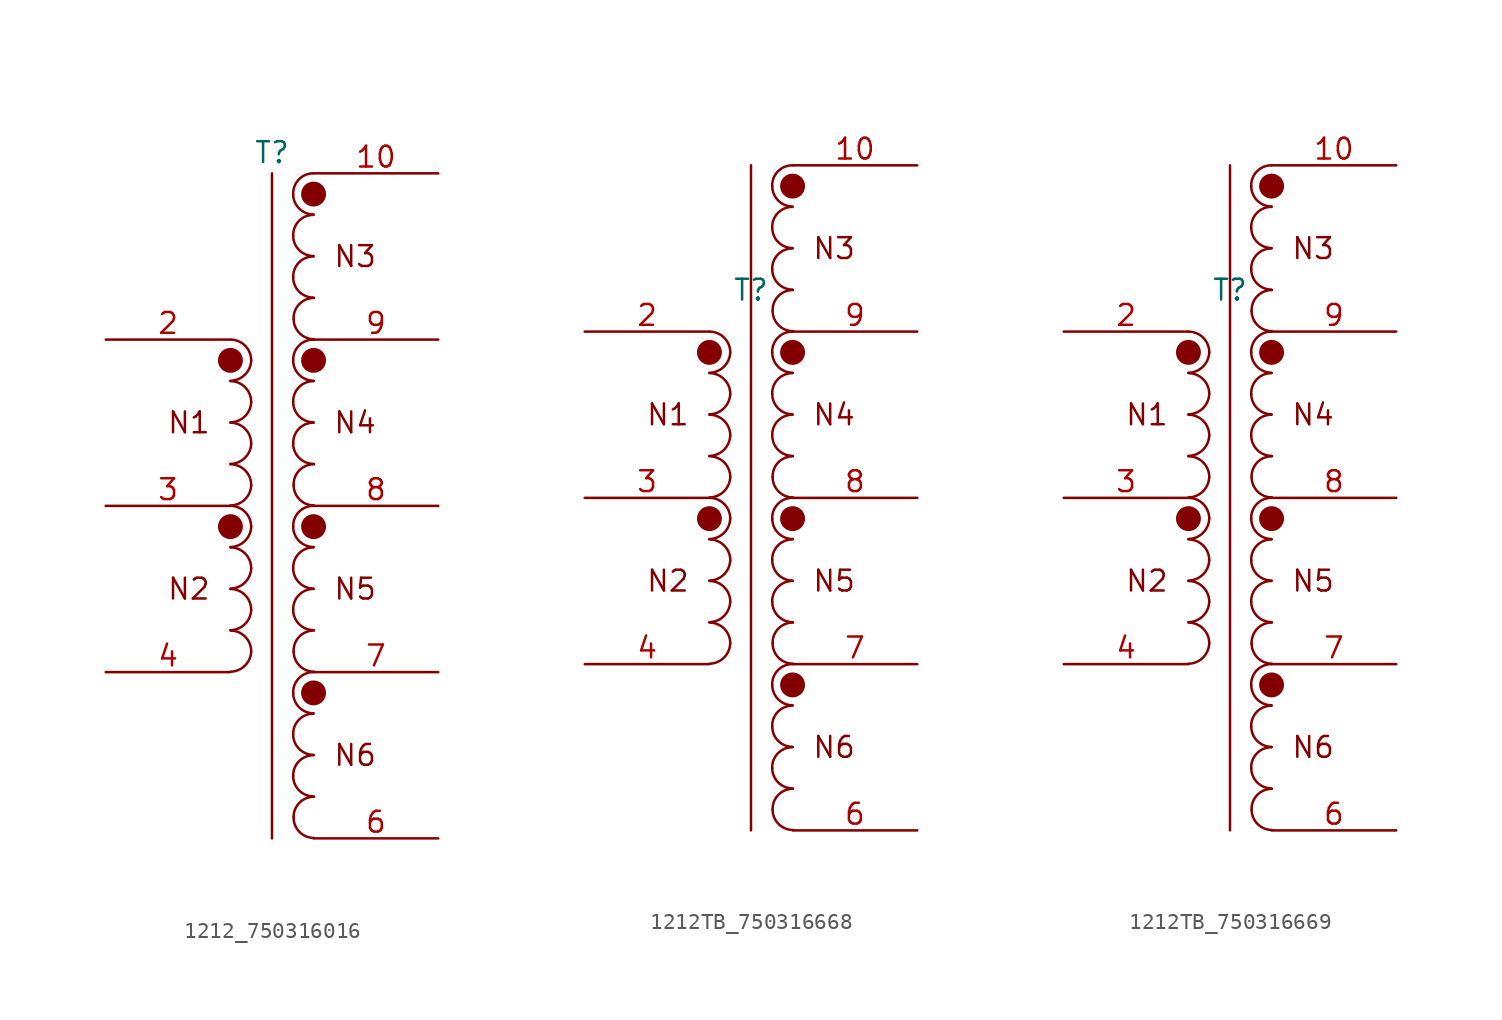
<source format=kicad_sym>
(kicad_symbol_lib
  (version 20220914)
  (generator kicad_symbol_editor)
  (symbol "1212_750316016"
    (pin_names hide)
    (property "Reference" "T"
      (at 0 21.59 0)
      (effects (font (size 1.27 1.27))))
    (symbol "1212_750316016_0_1"
      (arc (start -2.54 -10.1346) (mid -1.6561 -9.7663) (end -1.27 -8.89) (stroke (width 0) (type default)) (fill (type none)))
      (arc (start -2.54 -7.5946) (mid -1.6561 -7.2263) (end -1.27 -6.35) (stroke (width 0) (type default)) (fill (type none)))
      (arc (start -2.54 -5.0546) (mid -1.6561 -4.6863) (end -1.27 -3.81) (stroke (width 0) (type default)) (fill (type none)))
      (arc (start -2.54 -2.5146) (mid -1.6561 -2.1463) (end -1.27 -1.27) (stroke (width 0) (type default)) (fill (type none)))
      (arc (start -2.54 0.0254) (mid -1.6561 0.3937) (end -1.27 1.27) (stroke (width 0) (type default)) (fill (type none)))
      (arc (start -2.54 2.5654) (mid -1.6561 2.9337) (end -1.27 3.81) (stroke (width 0) (type default)) (fill (type none)))
      (arc (start -2.54 5.1054) (mid -1.6561 5.4737) (end -1.27 6.35) (stroke (width 0) (type default)) (fill (type none)))
      (arc (start -2.54 7.6454) (mid -1.6561 8.0137) (end -1.27 8.89) (stroke (width 0) (type default)) (fill (type none)))
      (arc (start -1.27 -8.89) (mid -1.642 -7.992) (end -2.54 -7.62) (stroke (width 0) (type default)) (fill (type none)))
      (arc (start -1.27 -6.35) (mid -1.642 -5.452) (end -2.54 -5.08) (stroke (width 0) (type default)) (fill (type none)))
      (arc (start -1.27 -3.81) (mid -1.642 -2.912) (end -2.54 -2.54) (stroke (width 0) (type default)) (fill (type none)))
      (arc (start -1.27 -1.27) (mid -1.642 -0.372) (end -2.54 0) (stroke (width 0) (type default)) (fill (type none)))
      (arc (start -1.27 1.27) (mid -1.642 2.168) (end -2.54 2.54) (stroke (width 0) (type default)) (fill (type none)))
      (arc (start -1.27 3.81) (mid -1.642 4.708) (end -2.54 5.08) (stroke (width 0) (type default)) (fill (type none)))
      (arc (start -1.27 6.35) (mid -1.642 7.248) (end -2.54 7.62) (stroke (width 0) (type default)) (fill (type none)))
      (arc (start -1.27 8.89) (mid -1.642 9.788) (end -2.54 10.16) (stroke (width 0) (type default)) (fill (type none)))
      (polyline (pts (xy 0 20.32) (xy 0 -20.32)) (stroke (width 0) (type default)) (fill (type none)))
      (arc (start 1.2954 -16.51) (mid 1.6599 -17.3901) (end 2.54 -17.7546) (stroke (width 0) (type default)) (fill (type none)))
      (arc (start 1.2954 -13.97) (mid 1.6599 -14.8501) (end 2.54 -15.2146) (stroke (width 0) (type default)) (fill (type none)))
      (arc (start 1.2954 -11.43) (mid 1.6599 -12.3101) (end 2.54 -12.6746) (stroke (width 0) (type default)) (fill (type none)))
      (arc (start 1.2954 -6.35) (mid 1.6599 -7.2301) (end 2.54 -7.5946) (stroke (width 0) (type default)) (fill (type none)))
      (arc (start 1.2954 -3.81) (mid 1.6599 -4.6901) (end 2.54 -5.0546) (stroke (width 0) (type default)) (fill (type none)))
      (arc (start 1.2954 -1.27) (mid 1.6599 -2.1501) (end 2.54 -2.5146) (stroke (width 0) (type default)) (fill (type none)))
      (arc (start 1.2954 3.81) (mid 1.6599 2.9299) (end 2.54 2.5654) (stroke (width 0) (type default)) (fill (type none)))
      (arc (start 1.2954 6.35) (mid 1.6599 5.4699) (end 2.54 5.1054) (stroke (width 0) (type default)) (fill (type none)))
      (arc (start 1.2954 8.89) (mid 1.6599 8.0099) (end 2.54 7.6454) (stroke (width 0) (type default)) (fill (type none)))
      (arc (start 1.2954 13.97) (mid 1.6599 13.0899) (end 2.54 12.7254) (stroke (width 0) (type default)) (fill (type none)))
      (arc (start 1.2954 16.51) (mid 1.6599 15.6299) (end 2.54 15.2654) (stroke (width 0) (type default)) (fill (type none)))
      (arc (start 1.2954 19.05) (mid 1.6599 18.1699) (end 2.54 17.8054) (stroke (width 0) (type default)) (fill (type none)))
      (arc (start 1.3208 -19.05) (mid 1.6855 -19.9299) (end 2.5654 -20.2946) (stroke (width 0) (type default)) (fill (type none)))
      (arc (start 1.3208 -8.89) (mid 1.6855 -9.7699) (end 2.5654 -10.1346) (stroke (width 0) (type default)) (fill (type none)))
      (arc (start 1.3208 1.27) (mid 1.6854 0.3901) (end 2.5654 0.0254) (stroke (width 0) (type default)) (fill (type none)))
      (arc (start 1.3208 11.43) (mid 1.6855 10.5501) (end 2.5654 10.1854) (stroke (width 0) (type default)) (fill (type none)))
      (arc (start 2.54 -15.24) (mid 1.6458 -15.6085) (end 1.2954 -16.51) (stroke (width 0) (type default)) (fill (type none)))
      (arc (start 2.54 -12.7) (mid 1.6458 -13.0685) (end 1.2954 -13.97) (stroke (width 0) (type default)) (fill (type none)))
      (arc (start 2.54 -10.16) (mid 1.6458 -10.5285) (end 1.2954 -11.43) (stroke (width 0) (type default)) (fill (type none)))
      (arc (start 2.54 -5.08) (mid 1.6458 -5.4485) (end 1.2954 -6.35) (stroke (width 0) (type default)) (fill (type none)))
      (arc (start 2.54 -2.54) (mid 1.6458 -2.9085) (end 1.2954 -3.81) (stroke (width 0) (type default)) (fill (type none)))
      (arc (start 2.54 0) (mid 1.6458 -0.3685) (end 1.2954 -1.27) (stroke (width 0) (type default)) (fill (type none)))
      (arc (start 2.54 5.08) (mid 1.6458 4.7115) (end 1.2954 3.81) (stroke (width 0) (type default)) (fill (type none)))
      (arc (start 2.54 7.62) (mid 1.6458 7.2515) (end 1.2954 6.35) (stroke (width 0) (type default)) (fill (type none)))
      (arc (start 2.54 10.16) (mid 1.6458 9.7915) (end 1.2954 8.89) (stroke (width 0) (type default)) (fill (type none)))
      (arc (start 2.54 15.24) (mid 1.6458 14.8715) (end 1.2954 13.97) (stroke (width 0) (type default)) (fill (type none)))
      (arc (start 2.54 17.78) (mid 1.6458 17.4115) (end 1.2954 16.51) (stroke (width 0) (type default)) (fill (type none)))
      (arc (start 2.54 20.32) (mid 1.6458 19.9515) (end 1.2954 19.05) (stroke (width 0) (type default)) (fill (type none)))
      (arc (start 2.5654 -17.78) (mid 1.6709 -18.1483) (end 1.3208 -19.05) (stroke (width 0) (type default)) (fill (type none)))
      (arc (start 2.5654 -7.62) (mid 1.6709 -7.9883) (end 1.3208 -8.89) (stroke (width 0) (type default)) (fill (type none)))
      (arc (start 2.5654 2.54) (mid 1.6709 2.1717) (end 1.3208 1.27) (stroke (width 0) (type default)) (fill (type none)))
      (arc (start 2.5654 12.7) (mid 1.6709 12.3317) (end 1.3208 11.43) (stroke (width 0) (type default)) (fill (type none))))
    (symbol "1212_750316016_1_1"
      (circle (center -2.54 -1.27) (radius 0.0001) (stroke (width 0.762) (type default)) (fill (type none)))
      (circle (center -2.54 8.89) (radius 0.0001) (stroke (width 0.762) (type default)) (fill (type none)))
      (circle (center 2.54 -11.43) (radius 0.0001) (stroke (width 0.762) (type default)) (fill (type none)))
      (circle (center 2.54 -1.27) (radius 0.0001) (stroke (width 0.762) (type default)) (fill (type none)))
      (circle (center 2.54 8.89) (radius 0.0001) (stroke (width 0.762) (type default)) (fill (type none)))
      (circle (center 2.54 19.05) (radius 0.0001) (stroke (width 0.762) (type default)) (fill (type none)))
      (text "N1" (at -5.08 5.08 0) (effects (font (size 1.27 1.27))))
      (text "N2" (at -5.08 -5.08 0) (effects (font (size 1.27 1.27))))
      (text "N3" (at 5.08 15.24 0) (effects (font (size 1.27 1.27))))
      (text "N4" (at 5.08 5.08 0) (effects (font (size 1.27 1.27))))
      (text "N5" (at 5.08 -5.08 0) (effects (font (size 1.27 1.27))))
      (text "N6" (at 5.08 -15.24 0) (effects (font (size 1.27 1.27))))
      (pin passive line (at 10.16 20.32 180) (length 7.62) (name "10" (effects (font (size 1.27 1.27)))) (number "10" (effects (font (size 1.27 1.27)))))
      (pin passive line (at -10.16 10.16 0) (length 7.62) (name "2" (effects (font (size 1.27 1.27)))) (number "2" (effects (font (size 1.27 1.27)))))
      (pin passive line (at -10.16 0 0) (length 7.62) (name "3" (effects (font (size 1.27 1.27)))) (number "3" (effects (font (size 1.27 1.27)))))
      (pin passive line (at -10.16 -10.16 0) (length 7.62) (name "4" (effects (font (size 1.27 1.27)))) (number "4" (effects (font (size 1.27 1.27)))))
      (pin passive line (at 10.16 -20.32 180) (length 7.62) (name "6" (effects (font (size 1.27 1.27)))) (number "6" (effects (font (size 1.27 1.27)))))
      (pin passive line (at 10.16 -10.16 180) (length 7.62) (name "7" (effects (font (size 1.27 1.27)))) (number "7" (effects (font (size 1.27 1.27)))))
      (pin passive line (at 10.16 0 180) (length 7.62) (name "8" (effects (font (size 1.27 1.27)))) (number "8" (effects (font (size 1.27 1.27)))))
      (pin passive line (at 10.16 10.16 180) (length 7.62) (name "9" (effects (font (size 1.27 1.27)))) (number "9" (effects (font (size 1.27 1.27)))))))
  (symbol "1212TB_750316668"
    (pin_names hide)
    (property "Reference" "T"
      (at 0 12.7 0)
      (effects (font (size 1.27 1.27))))
    (symbol "1212TB_750316668_0_1"
      (arc (start -2.54 -10.1346) (mid -1.6561 -9.7663) (end -1.27 -8.89) (stroke (width 0) (type default)) (fill (type none)))
      (arc (start -2.54 -7.5946) (mid -1.6561 -7.2263) (end -1.27 -6.35) (stroke (width 0) (type default)) (fill (type none)))
      (arc (start -2.54 -5.0546) (mid -1.6561 -4.6863) (end -1.27 -3.81) (stroke (width 0) (type default)) (fill (type none)))
      (arc (start -2.54 -2.5146) (mid -1.6561 -2.1463) (end -1.27 -1.27) (stroke (width 0) (type default)) (fill (type none)))
      (arc (start -2.54 0.0254) (mid -1.6561 0.3937) (end -1.27 1.27) (stroke (width 0) (type default)) (fill (type none)))
      (arc (start -2.54 2.5654) (mid -1.6561 2.9337) (end -1.27 3.81) (stroke (width 0) (type default)) (fill (type none)))
      (arc (start -2.54 5.1054) (mid -1.6561 5.4737) (end -1.27 6.35) (stroke (width 0) (type default)) (fill (type none)))
      (arc (start -2.54 7.6454) (mid -1.6561 8.0137) (end -1.27 8.89) (stroke (width 0) (type default)) (fill (type none)))
      (arc (start -1.27 -8.89) (mid -1.642 -7.992) (end -2.54 -7.62) (stroke (width 0) (type default)) (fill (type none)))
      (arc (start -1.27 -6.35) (mid -1.642 -5.452) (end -2.54 -5.08) (stroke (width 0) (type default)) (fill (type none)))
      (arc (start -1.27 -3.81) (mid -1.642 -2.912) (end -2.54 -2.54) (stroke (width 0) (type default)) (fill (type none)))
      (arc (start -1.27 -1.27) (mid -1.642 -0.372) (end -2.54 0) (stroke (width 0) (type default)) (fill (type none)))
      (arc (start -1.27 1.27) (mid -1.642 2.168) (end -2.54 2.54) (stroke (width 0) (type default)) (fill (type none)))
      (arc (start -1.27 3.81) (mid -1.642 4.708) (end -2.54 5.08) (stroke (width 0) (type default)) (fill (type none)))
      (arc (start -1.27 6.35) (mid -1.642 7.248) (end -2.54 7.62) (stroke (width 0) (type default)) (fill (type none)))
      (arc (start -1.27 8.89) (mid -1.642 9.788) (end -2.54 10.16) (stroke (width 0) (type default)) (fill (type none)))
      (polyline (pts (xy 0 20.32) (xy 0 -20.32)) (stroke (width 0) (type default)) (fill (type none)))
      (arc (start 1.2954 -16.51) (mid 1.6599 -17.3901) (end 2.54 -17.7546) (stroke (width 0) (type default)) (fill (type none)))
      (arc (start 1.2954 -13.97) (mid 1.6599 -14.8501) (end 2.54 -15.2146) (stroke (width 0) (type default)) (fill (type none)))
      (arc (start 1.2954 -11.43) (mid 1.6599 -12.3101) (end 2.54 -12.6746) (stroke (width 0) (type default)) (fill (type none)))
      (arc (start 1.2954 -6.35) (mid 1.6599 -7.2301) (end 2.54 -7.5946) (stroke (width 0) (type default)) (fill (type none)))
      (arc (start 1.2954 -3.81) (mid 1.6599 -4.6901) (end 2.54 -5.0546) (stroke (width 0) (type default)) (fill (type none)))
      (arc (start 1.2954 -1.27) (mid 1.6599 -2.1501) (end 2.54 -2.5146) (stroke (width 0) (type default)) (fill (type none)))
      (arc (start 1.2954 3.81) (mid 1.6599 2.9299) (end 2.54 2.5654) (stroke (width 0) (type default)) (fill (type none)))
      (arc (start 1.2954 6.35) (mid 1.6599 5.4699) (end 2.54 5.1054) (stroke (width 0) (type default)) (fill (type none)))
      (arc (start 1.2954 8.89) (mid 1.6599 8.0099) (end 2.54 7.6454) (stroke (width 0) (type default)) (fill (type none)))
      (arc (start 1.2954 13.97) (mid 1.6599 13.0899) (end 2.54 12.7254) (stroke (width 0) (type default)) (fill (type none)))
      (arc (start 1.2954 16.51) (mid 1.6599 15.6299) (end 2.54 15.2654) (stroke (width 0) (type default)) (fill (type none)))
      (arc (start 1.2954 19.05) (mid 1.6599 18.1699) (end 2.54 17.8054) (stroke (width 0) (type default)) (fill (type none)))
      (arc (start 1.3208 -19.05) (mid 1.6855 -19.9299) (end 2.5654 -20.2946) (stroke (width 0) (type default)) (fill (type none)))
      (arc (start 1.3208 -8.89) (mid 1.6855 -9.7699) (end 2.5654 -10.1346) (stroke (width 0) (type default)) (fill (type none)))
      (arc (start 1.3208 1.27) (mid 1.6854 0.3901) (end 2.5654 0.0254) (stroke (width 0) (type default)) (fill (type none)))
      (arc (start 1.3208 11.43) (mid 1.6855 10.5501) (end 2.5654 10.1854) (stroke (width 0) (type default)) (fill (type none)))
      (arc (start 2.54 -15.24) (mid 1.6458 -15.6085) (end 1.2954 -16.51) (stroke (width 0) (type default)) (fill (type none)))
      (arc (start 2.54 -12.7) (mid 1.6458 -13.0685) (end 1.2954 -13.97) (stroke (width 0) (type default)) (fill (type none)))
      (arc (start 2.54 -10.16) (mid 1.6458 -10.5285) (end 1.2954 -11.43) (stroke (width 0) (type default)) (fill (type none)))
      (arc (start 2.54 -5.08) (mid 1.6458 -5.4485) (end 1.2954 -6.35) (stroke (width 0) (type default)) (fill (type none)))
      (arc (start 2.54 -2.54) (mid 1.6458 -2.9085) (end 1.2954 -3.81) (stroke (width 0) (type default)) (fill (type none)))
      (arc (start 2.54 0) (mid 1.6458 -0.3685) (end 1.2954 -1.27) (stroke (width 0) (type default)) (fill (type none)))
      (arc (start 2.54 5.08) (mid 1.6458 4.7115) (end 1.2954 3.81) (stroke (width 0) (type default)) (fill (type none)))
      (arc (start 2.54 7.62) (mid 1.6458 7.2515) (end 1.2954 6.35) (stroke (width 0) (type default)) (fill (type none)))
      (arc (start 2.54 10.16) (mid 1.6458 9.7915) (end 1.2954 8.89) (stroke (width 0) (type default)) (fill (type none)))
      (arc (start 2.54 15.24) (mid 1.6458 14.8715) (end 1.2954 13.97) (stroke (width 0) (type default)) (fill (type none)))
      (arc (start 2.54 17.78) (mid 1.6458 17.4115) (end 1.2954 16.51) (stroke (width 0) (type default)) (fill (type none)))
      (arc (start 2.54 20.32) (mid 1.6458 19.9515) (end 1.2954 19.05) (stroke (width 0) (type default)) (fill (type none)))
      (arc (start 2.5654 -17.78) (mid 1.6709 -18.1483) (end 1.3208 -19.05) (stroke (width 0) (type default)) (fill (type none)))
      (arc (start 2.5654 -7.62) (mid 1.6709 -7.9883) (end 1.3208 -8.89) (stroke (width 0) (type default)) (fill (type none)))
      (arc (start 2.5654 2.54) (mid 1.6709 2.1717) (end 1.3208 1.27) (stroke (width 0) (type default)) (fill (type none)))
      (arc (start 2.5654 12.7) (mid 1.6709 12.3317) (end 1.3208 11.43) (stroke (width 0) (type default)) (fill (type none))))
    (symbol "1212TB_750316668_1_1"
      (circle (center -2.54 -1.27) (radius 0.0001) (stroke (width 0.762) (type default)) (fill (type none)))
      (circle (center -2.54 8.89) (radius 0.0001) (stroke (width 0.762) (type default)) (fill (type none)))
      (circle (center 2.54 -11.43) (radius 0.0001) (stroke (width 0.762) (type default)) (fill (type none)))
      (circle (center 2.54 -1.27) (radius 0.0001) (stroke (width 0.762) (type default)) (fill (type none)))
      (circle (center 2.54 8.89) (radius 0.0001) (stroke (width 0.762) (type default)) (fill (type none)))
      (circle (center 2.54 19.05) (radius 0.0001) (stroke (width 0.762) (type default)) (fill (type none)))
      (text "N1" (at -5.08 5.08 0) (effects (font (size 1.27 1.27))))
      (text "N2" (at -5.08 -5.08 0) (effects (font (size 1.27 1.27))))
      (text "N3" (at 5.08 15.24 0) (effects (font (size 1.27 1.27))))
      (text "N4" (at 5.08 5.08 0) (effects (font (size 1.27 1.27))))
      (text "N5" (at 5.08 -5.08 0) (effects (font (size 1.27 1.27))))
      (text "N6" (at 5.08 -15.24 0) (effects (font (size 1.27 1.27))))
      (pin passive line (at 10.16 20.32 180) (length 7.62) (name "10" (effects (font (size 1.27 1.27)))) (number "10" (effects (font (size 1.27 1.27)))))
      (pin passive line (at -10.16 10.16 0) (length 7.62) (name "2" (effects (font (size 1.27 1.27)))) (number "2" (effects (font (size 1.27 1.27)))))
      (pin passive line (at -10.16 0 0) (length 7.62) (name "3" (effects (font (size 1.27 1.27)))) (number "3" (effects (font (size 1.27 1.27)))))
      (pin passive line (at -10.16 -10.16 0) (length 7.62) (name "4" (effects (font (size 1.27 1.27)))) (number "4" (effects (font (size 1.27 1.27)))))
      (pin passive line (at 10.16 -20.32 180) (length 7.62) (name "6" (effects (font (size 1.27 1.27)))) (number "6" (effects (font (size 1.27 1.27)))))
      (pin passive line (at 10.16 -10.16 180) (length 7.62) (name "7" (effects (font (size 1.27 1.27)))) (number "7" (effects (font (size 1.27 1.27)))))
      (pin passive line (at 10.16 0 180) (length 7.62) (name "8" (effects (font (size 1.27 1.27)))) (number "8" (effects (font (size 1.27 1.27)))))
      (pin passive line (at 10.16 10.16 180) (length 7.62) (name "9" (effects (font (size 1.27 1.27)))) (number "9" (effects (font (size 1.27 1.27)))))))
  (symbol "1212TB_750316669"
    (pin_names hide)
    (property "Reference" "T"
      (at 0 12.7 0)
      (effects (font (size 1.27 1.27))))
    (symbol "1212TB_750316669_0_1"
      (arc (start -2.54 -10.1346) (mid -1.6561 -9.7663) (end -1.27 -8.89) (stroke (width 0) (type default)) (fill (type none)))
      (arc (start -2.54 -7.5946) (mid -1.6561 -7.2263) (end -1.27 -6.35) (stroke (width 0) (type default)) (fill (type none)))
      (arc (start -2.54 -5.0546) (mid -1.6561 -4.6863) (end -1.27 -3.81) (stroke (width 0) (type default)) (fill (type none)))
      (arc (start -2.54 -2.5146) (mid -1.6561 -2.1463) (end -1.27 -1.27) (stroke (width 0) (type default)) (fill (type none)))
      (arc (start -2.54 0.0254) (mid -1.6561 0.3937) (end -1.27 1.27) (stroke (width 0) (type default)) (fill (type none)))
      (arc (start -2.54 2.5654) (mid -1.6561 2.9337) (end -1.27 3.81) (stroke (width 0) (type default)) (fill (type none)))
      (arc (start -2.54 5.1054) (mid -1.6561 5.4737) (end -1.27 6.35) (stroke (width 0) (type default)) (fill (type none)))
      (arc (start -2.54 7.6454) (mid -1.6561 8.0137) (end -1.27 8.89) (stroke (width 0) (type default)) (fill (type none)))
      (arc (start -1.27 -8.89) (mid -1.642 -7.992) (end -2.54 -7.62) (stroke (width 0) (type default)) (fill (type none)))
      (arc (start -1.27 -6.35) (mid -1.642 -5.452) (end -2.54 -5.08) (stroke (width 0) (type default)) (fill (type none)))
      (arc (start -1.27 -3.81) (mid -1.642 -2.912) (end -2.54 -2.54) (stroke (width 0) (type default)) (fill (type none)))
      (arc (start -1.27 -1.27) (mid -1.642 -0.372) (end -2.54 0) (stroke (width 0) (type default)) (fill (type none)))
      (arc (start -1.27 1.27) (mid -1.642 2.168) (end -2.54 2.54) (stroke (width 0) (type default)) (fill (type none)))
      (arc (start -1.27 3.81) (mid -1.642 4.708) (end -2.54 5.08) (stroke (width 0) (type default)) (fill (type none)))
      (arc (start -1.27 6.35) (mid -1.642 7.248) (end -2.54 7.62) (stroke (width 0) (type default)) (fill (type none)))
      (arc (start -1.27 8.89) (mid -1.642 9.788) (end -2.54 10.16) (stroke (width 0) (type default)) (fill (type none)))
      (polyline (pts (xy 0 20.32) (xy 0 -20.32)) (stroke (width 0) (type default)) (fill (type none)))
      (arc (start 1.2954 -16.51) (mid 1.6599 -17.3901) (end 2.54 -17.7546) (stroke (width 0) (type default)) (fill (type none)))
      (arc (start 1.2954 -13.97) (mid 1.6599 -14.8501) (end 2.54 -15.2146) (stroke (width 0) (type default)) (fill (type none)))
      (arc (start 1.2954 -11.43) (mid 1.6599 -12.3101) (end 2.54 -12.6746) (stroke (width 0) (type default)) (fill (type none)))
      (arc (start 1.2954 -6.35) (mid 1.6599 -7.2301) (end 2.54 -7.5946) (stroke (width 0) (type default)) (fill (type none)))
      (arc (start 1.2954 -3.81) (mid 1.6599 -4.6901) (end 2.54 -5.0546) (stroke (width 0) (type default)) (fill (type none)))
      (arc (start 1.2954 -1.27) (mid 1.6599 -2.1501) (end 2.54 -2.5146) (stroke (width 0) (type default)) (fill (type none)))
      (arc (start 1.2954 3.81) (mid 1.6599 2.9299) (end 2.54 2.5654) (stroke (width 0) (type default)) (fill (type none)))
      (arc (start 1.2954 6.35) (mid 1.6599 5.4699) (end 2.54 5.1054) (stroke (width 0) (type default)) (fill (type none)))
      (arc (start 1.2954 8.89) (mid 1.6599 8.0099) (end 2.54 7.6454) (stroke (width 0) (type default)) (fill (type none)))
      (arc (start 1.2954 13.97) (mid 1.6599 13.0899) (end 2.54 12.7254) (stroke (width 0) (type default)) (fill (type none)))
      (arc (start 1.2954 16.51) (mid 1.6599 15.6299) (end 2.54 15.2654) (stroke (width 0) (type default)) (fill (type none)))
      (arc (start 1.2954 19.05) (mid 1.6599 18.1699) (end 2.54 17.8054) (stroke (width 0) (type default)) (fill (type none)))
      (arc (start 1.3208 -19.05) (mid 1.6855 -19.9299) (end 2.5654 -20.2946) (stroke (width 0) (type default)) (fill (type none)))
      (arc (start 1.3208 -8.89) (mid 1.6855 -9.7699) (end 2.5654 -10.1346) (stroke (width 0) (type default)) (fill (type none)))
      (arc (start 1.3208 1.27) (mid 1.6854 0.3901) (end 2.5654 0.0254) (stroke (width 0) (type default)) (fill (type none)))
      (arc (start 1.3208 11.43) (mid 1.6855 10.5501) (end 2.5654 10.1854) (stroke (width 0) (type default)) (fill (type none)))
      (arc (start 2.54 -15.24) (mid 1.6458 -15.6085) (end 1.2954 -16.51) (stroke (width 0) (type default)) (fill (type none)))
      (arc (start 2.54 -12.7) (mid 1.6458 -13.0685) (end 1.2954 -13.97) (stroke (width 0) (type default)) (fill (type none)))
      (arc (start 2.54 -10.16) (mid 1.6458 -10.5285) (end 1.2954 -11.43) (stroke (width 0) (type default)) (fill (type none)))
      (arc (start 2.54 -5.08) (mid 1.6458 -5.4485) (end 1.2954 -6.35) (stroke (width 0) (type default)) (fill (type none)))
      (arc (start 2.54 -2.54) (mid 1.6458 -2.9085) (end 1.2954 -3.81) (stroke (width 0) (type default)) (fill (type none)))
      (arc (start 2.54 0) (mid 1.6458 -0.3685) (end 1.2954 -1.27) (stroke (width 0) (type default)) (fill (type none)))
      (arc (start 2.54 5.08) (mid 1.6458 4.7115) (end 1.2954 3.81) (stroke (width 0) (type default)) (fill (type none)))
      (arc (start 2.54 7.62) (mid 1.6458 7.2515) (end 1.2954 6.35) (stroke (width 0) (type default)) (fill (type none)))
      (arc (start 2.54 10.16) (mid 1.6458 9.7915) (end 1.2954 8.89) (stroke (width 0) (type default)) (fill (type none)))
      (arc (start 2.54 15.24) (mid 1.6458 14.8715) (end 1.2954 13.97) (stroke (width 0) (type default)) (fill (type none)))
      (arc (start 2.54 17.78) (mid 1.6458 17.4115) (end 1.2954 16.51) (stroke (width 0) (type default)) (fill (type none)))
      (arc (start 2.54 20.32) (mid 1.6458 19.9515) (end 1.2954 19.05) (stroke (width 0) (type default)) (fill (type none)))
      (arc (start 2.5654 -17.78) (mid 1.6709 -18.1483) (end 1.3208 -19.05) (stroke (width 0) (type default)) (fill (type none)))
      (arc (start 2.5654 -7.62) (mid 1.6709 -7.9883) (end 1.3208 -8.89) (stroke (width 0) (type default)) (fill (type none)))
      (arc (start 2.5654 2.54) (mid 1.6709 2.1717) (end 1.3208 1.27) (stroke (width 0) (type default)) (fill (type none)))
      (arc (start 2.5654 12.7) (mid 1.6709 12.3317) (end 1.3208 11.43) (stroke (width 0) (type default)) (fill (type none))))
    (symbol "1212TB_750316669_1_1"
      (circle (center -2.54 -1.27) (radius 0.0001) (stroke (width 0.762) (type default)) (fill (type none)))
      (circle (center -2.54 8.89) (radius 0.0001) (stroke (width 0.762) (type default)) (fill (type none)))
      (circle (center 2.54 -11.43) (radius 0.0001) (stroke (width 0.762) (type default)) (fill (type none)))
      (circle (center 2.54 -1.27) (radius 0.0001) (stroke (width 0.762) (type default)) (fill (type none)))
      (circle (center 2.54 8.89) (radius 0.0001) (stroke (width 0.762) (type default)) (fill (type none)))
      (circle (center 2.54 19.05) (radius 0.0001) (stroke (width 0.762) (type default)) (fill (type none)))
      (text "N1" (at -5.08 5.08 0) (effects (font (size 1.27 1.27))))
      (text "N2" (at -5.08 -5.08 0) (effects (font (size 1.27 1.27))))
      (text "N3" (at 5.08 15.24 0) (effects (font (size 1.27 1.27))))
      (text "N4" (at 5.08 5.08 0) (effects (font (size 1.27 1.27))))
      (text "N5" (at 5.08 -5.08 0) (effects (font (size 1.27 1.27))))
      (text "N6" (at 5.08 -15.24 0) (effects (font (size 1.27 1.27))))
      (pin passive line (at 10.16 20.32 180) (length 7.62) (name "10" (effects (font (size 1.27 1.27)))) (number "10" (effects (font (size 1.27 1.27)))))
      (pin passive line (at -10.16 10.16 0) (length 7.62) (name "2" (effects (font (size 1.27 1.27)))) (number "2" (effects (font (size 1.27 1.27)))))
      (pin passive line (at -10.16 0 0) (length 7.62) (name "3" (effects (font (size 1.27 1.27)))) (number "3" (effects (font (size 1.27 1.27)))))
      (pin passive line (at -10.16 -10.16 0) (length 7.62) (name "4" (effects (font (size 1.27 1.27)))) (number "4" (effects (font (size 1.27 1.27)))))
      (pin passive line (at 10.16 -20.32 180) (length 7.62) (name "6" (effects (font (size 1.27 1.27)))) (number "6" (effects (font (size 1.27 1.27)))))
      (pin passive line (at 10.16 -10.16 180) (length 7.62) (name "7" (effects (font (size 1.27 1.27)))) (number "7" (effects (font (size 1.27 1.27)))))
      (pin passive line (at 10.16 0 180) (length 7.62) (name "8" (effects (font (size 1.27 1.27)))) (number "8" (effects (font (size 1.27 1.27)))))
      (pin passive line (at 10.16 10.16 180) (length 7.62) (name "9" (effects (font (size 1.27 1.27)))) (number "9" (effects (font (size 1.27 1.27))))))))
</source>
